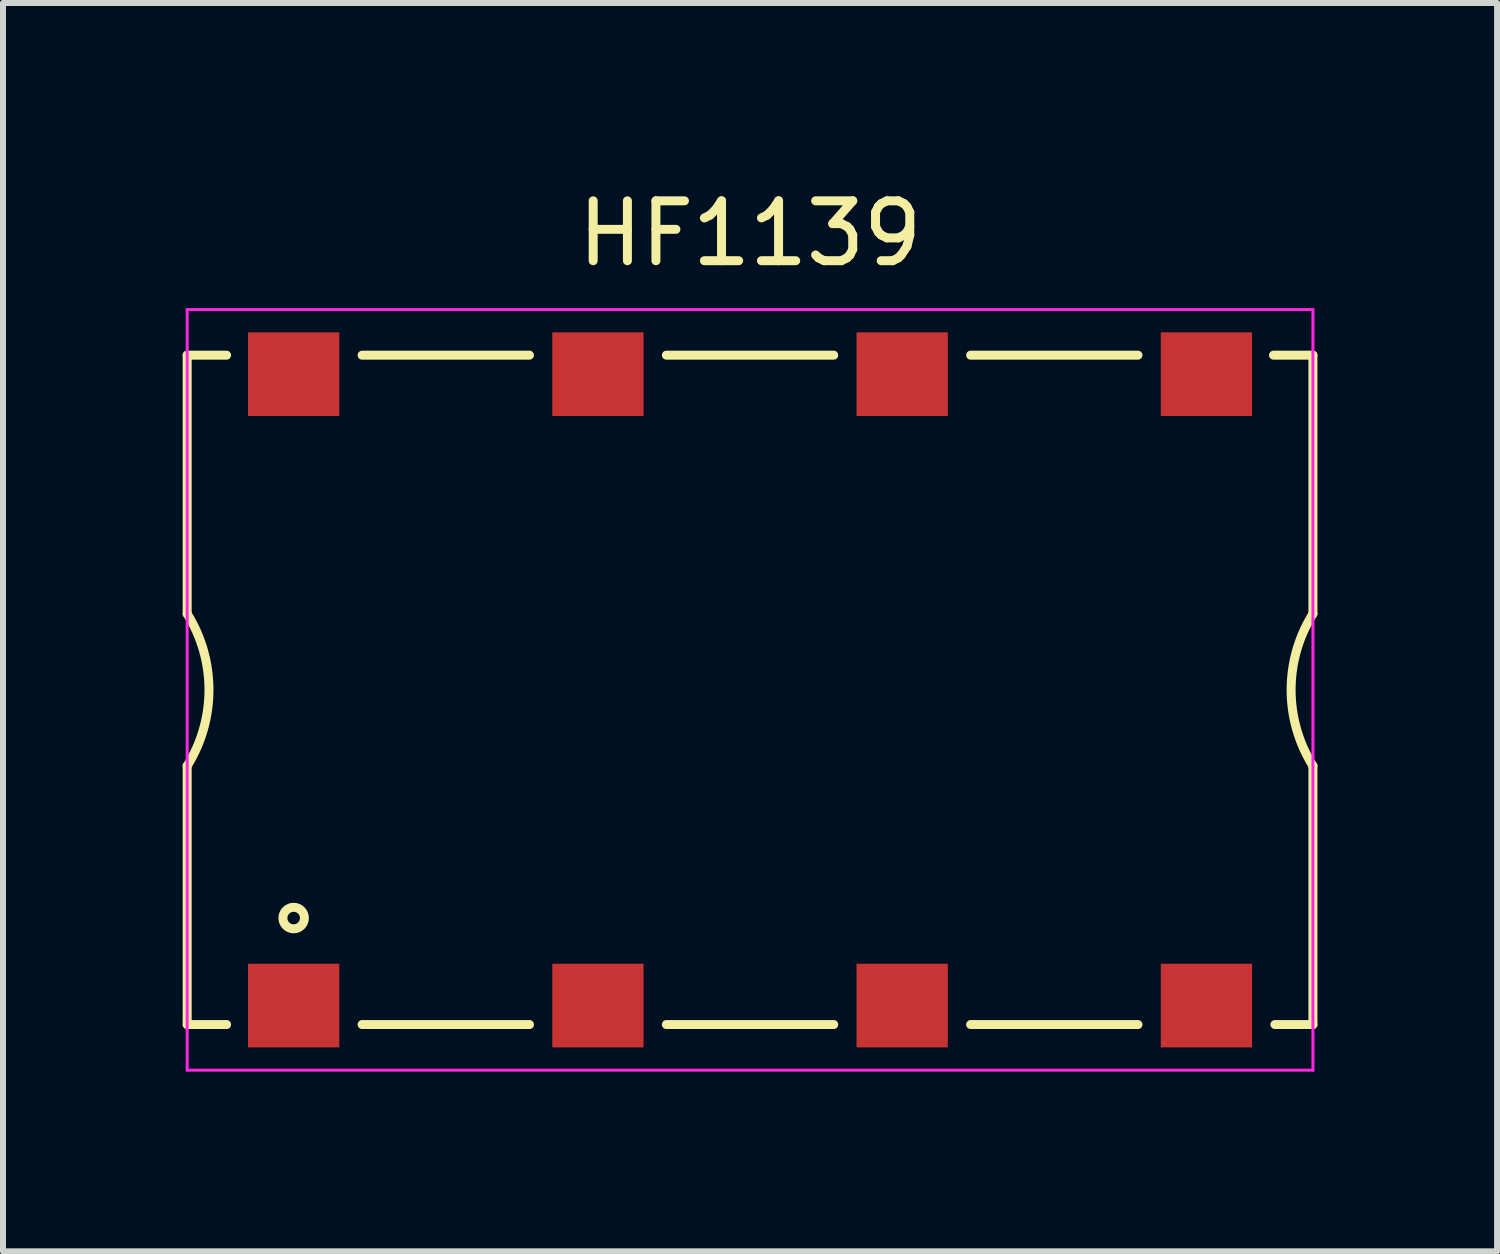
<source format=kicad_pcb>
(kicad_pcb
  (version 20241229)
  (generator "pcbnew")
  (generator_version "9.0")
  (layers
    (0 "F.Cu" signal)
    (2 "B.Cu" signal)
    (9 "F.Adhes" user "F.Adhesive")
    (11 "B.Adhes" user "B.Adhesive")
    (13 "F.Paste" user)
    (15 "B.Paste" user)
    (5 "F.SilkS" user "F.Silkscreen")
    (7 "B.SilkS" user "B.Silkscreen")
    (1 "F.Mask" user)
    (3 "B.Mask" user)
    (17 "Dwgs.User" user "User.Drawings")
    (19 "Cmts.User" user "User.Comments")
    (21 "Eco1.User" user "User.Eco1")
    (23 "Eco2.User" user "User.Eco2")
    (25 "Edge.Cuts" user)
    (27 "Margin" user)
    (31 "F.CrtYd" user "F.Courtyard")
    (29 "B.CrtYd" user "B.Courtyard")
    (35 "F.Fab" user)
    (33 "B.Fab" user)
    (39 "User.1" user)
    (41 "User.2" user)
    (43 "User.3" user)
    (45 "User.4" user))
  (footprint "HF1139"
    (layer "F.Cu")
    (at 9.473 8.468)
    (property "Reference" "HF1139" (at 0 -7.62 0) (layer "F.SilkS") (effects (font (size 1 1) (thickness 0.15))))
    (attr through_hole)
    (fp_line (start -9.398 -5.588) (end -9.398 -1.27) (stroke (width 0.15) (type solid)) (layer "F.SilkS"))
    (fp_line (start -9.398 -5.588) (end -8.74 -5.588) (stroke (width 0.15) (type solid)) (layer "F.SilkS"))
    (fp_line (start -9.398 1.27) (end -9.398 5.588) (stroke (width 0.15) (type solid)) (layer "F.SilkS"))
    (fp_line (start -9.398 5.588) (end -8.74 5.588) (stroke (width 0.15) (type solid)) (layer "F.SilkS"))
    (fp_line (start -6.477 5.588) (end -3.683 5.588) (stroke (width 0.15) (type solid)) (layer "F.SilkS"))
    (fp_line (start -3.683 -5.588) (end -6.477 -5.588) (stroke (width 0.15) (type solid)) (layer "F.SilkS"))
    (fp_line (start -1.397 5.588) (end 1.397 5.588) (stroke (width 0.15) (type solid)) (layer "F.SilkS"))
    (fp_line (start 1.397 -5.588) (end -1.397 -5.588) (stroke (width 0.15) (type solid)) (layer "F.SilkS"))
    (fp_line (start 3.683 5.588) (end 6.477 5.588) (stroke (width 0.15) (type solid)) (layer "F.SilkS"))
    (fp_line (start 6.477 -5.588) (end 3.683 -5.588) (stroke (width 0.15) (type solid)) (layer "F.SilkS"))
    (fp_line (start 9.398 -5.588) (end 8.74 -5.588) (stroke (width 0.15) (type solid)) (layer "F.SilkS"))
    (fp_line (start 9.398 -5.588) (end 9.398 -1.27) (stroke (width 0.15) (type solid)) (layer "F.SilkS"))
    (fp_line (start 9.398 1.27) (end 9.398 5.588) (stroke (width 0.15) (type solid)) (layer "F.SilkS"))
    (fp_line (start 9.398 5.588) (end 8.763 5.588) (stroke (width 0.15) (type solid)) (layer "F.SilkS"))
    (fp_arc (start -9.398 -1.27) (mid -9.033769 0) (end -9.398 1.27) (stroke (width 0.15) (type solid)) (layer "F.SilkS"))
    (fp_arc (start 9.398 1.27) (mid 9.033769 0) (end 9.398 -1.27) (stroke (width 0.15) (type solid)) (layer "F.SilkS"))
    (fp_circle (center -7.62 3.81) (end -7.493 3.937) (stroke (width 0.15) (type solid)) (fill no) (layer "F.SilkS"))
    (fp_line (start -9.398 -6.35) (end -9.398 6.35) (stroke (width 0.05) (type solid)) (layer "F.CrtYd"))
    (fp_line (start -9.398 6.35) (end 9.398 6.35) (stroke (width 0.05) (type solid)) (layer "F.CrtYd"))
    (fp_line (start 9.398 -6.35) (end -9.398 -6.35) (stroke (width 0.05) (type solid)) (layer "F.CrtYd"))
    (fp_line (start 9.398 6.35) (end 9.398 -6.35) (stroke (width 0.05) (type solid)) (layer "F.CrtYd"))
    (pad "1" smd rect (at -7.62 5.271) (size 1.524 1.397) (layers "F.Cu" "F.Mask" "F.Paste"))
    (pad "2" smd rect (at -7.62 -5.271) (size 1.524 1.397) (layers "F.Cu" "F.Mask" "F.Paste"))
    (pad "3" smd rect (at -2.54 5.271) (size 1.524 1.397) (layers "F.Cu" "F.Mask" "F.Paste"))
    (pad "4" smd rect (at -2.54 -5.271) (size 1.524 1.397) (layers "F.Cu" "F.Mask" "F.Paste"))
    (pad "5" smd rect (at 2.54 5.271) (size 1.524 1.397) (layers "F.Cu" "F.Mask" "F.Paste"))
    (pad "6" smd rect (at 2.54 -5.271) (size 1.524 1.397) (layers "F.Cu" "F.Mask" "F.Paste"))
    (pad "7" smd rect (at 7.62 5.271) (size 1.524 1.397) (layers "F.Cu" "F.Mask" "F.Paste"))
    (pad "8" smd rect (at 7.62 -5.271) (size 1.524 1.397) (layers "F.Cu" "F.Mask" "F.Paste")))
  (gr_rect
    (start -3 -3)
    (end 21.946 17.843)
    (stroke (width 0.1) (type default))
    (fill no)
    (layer "Edge.Cuts")))
</source>
